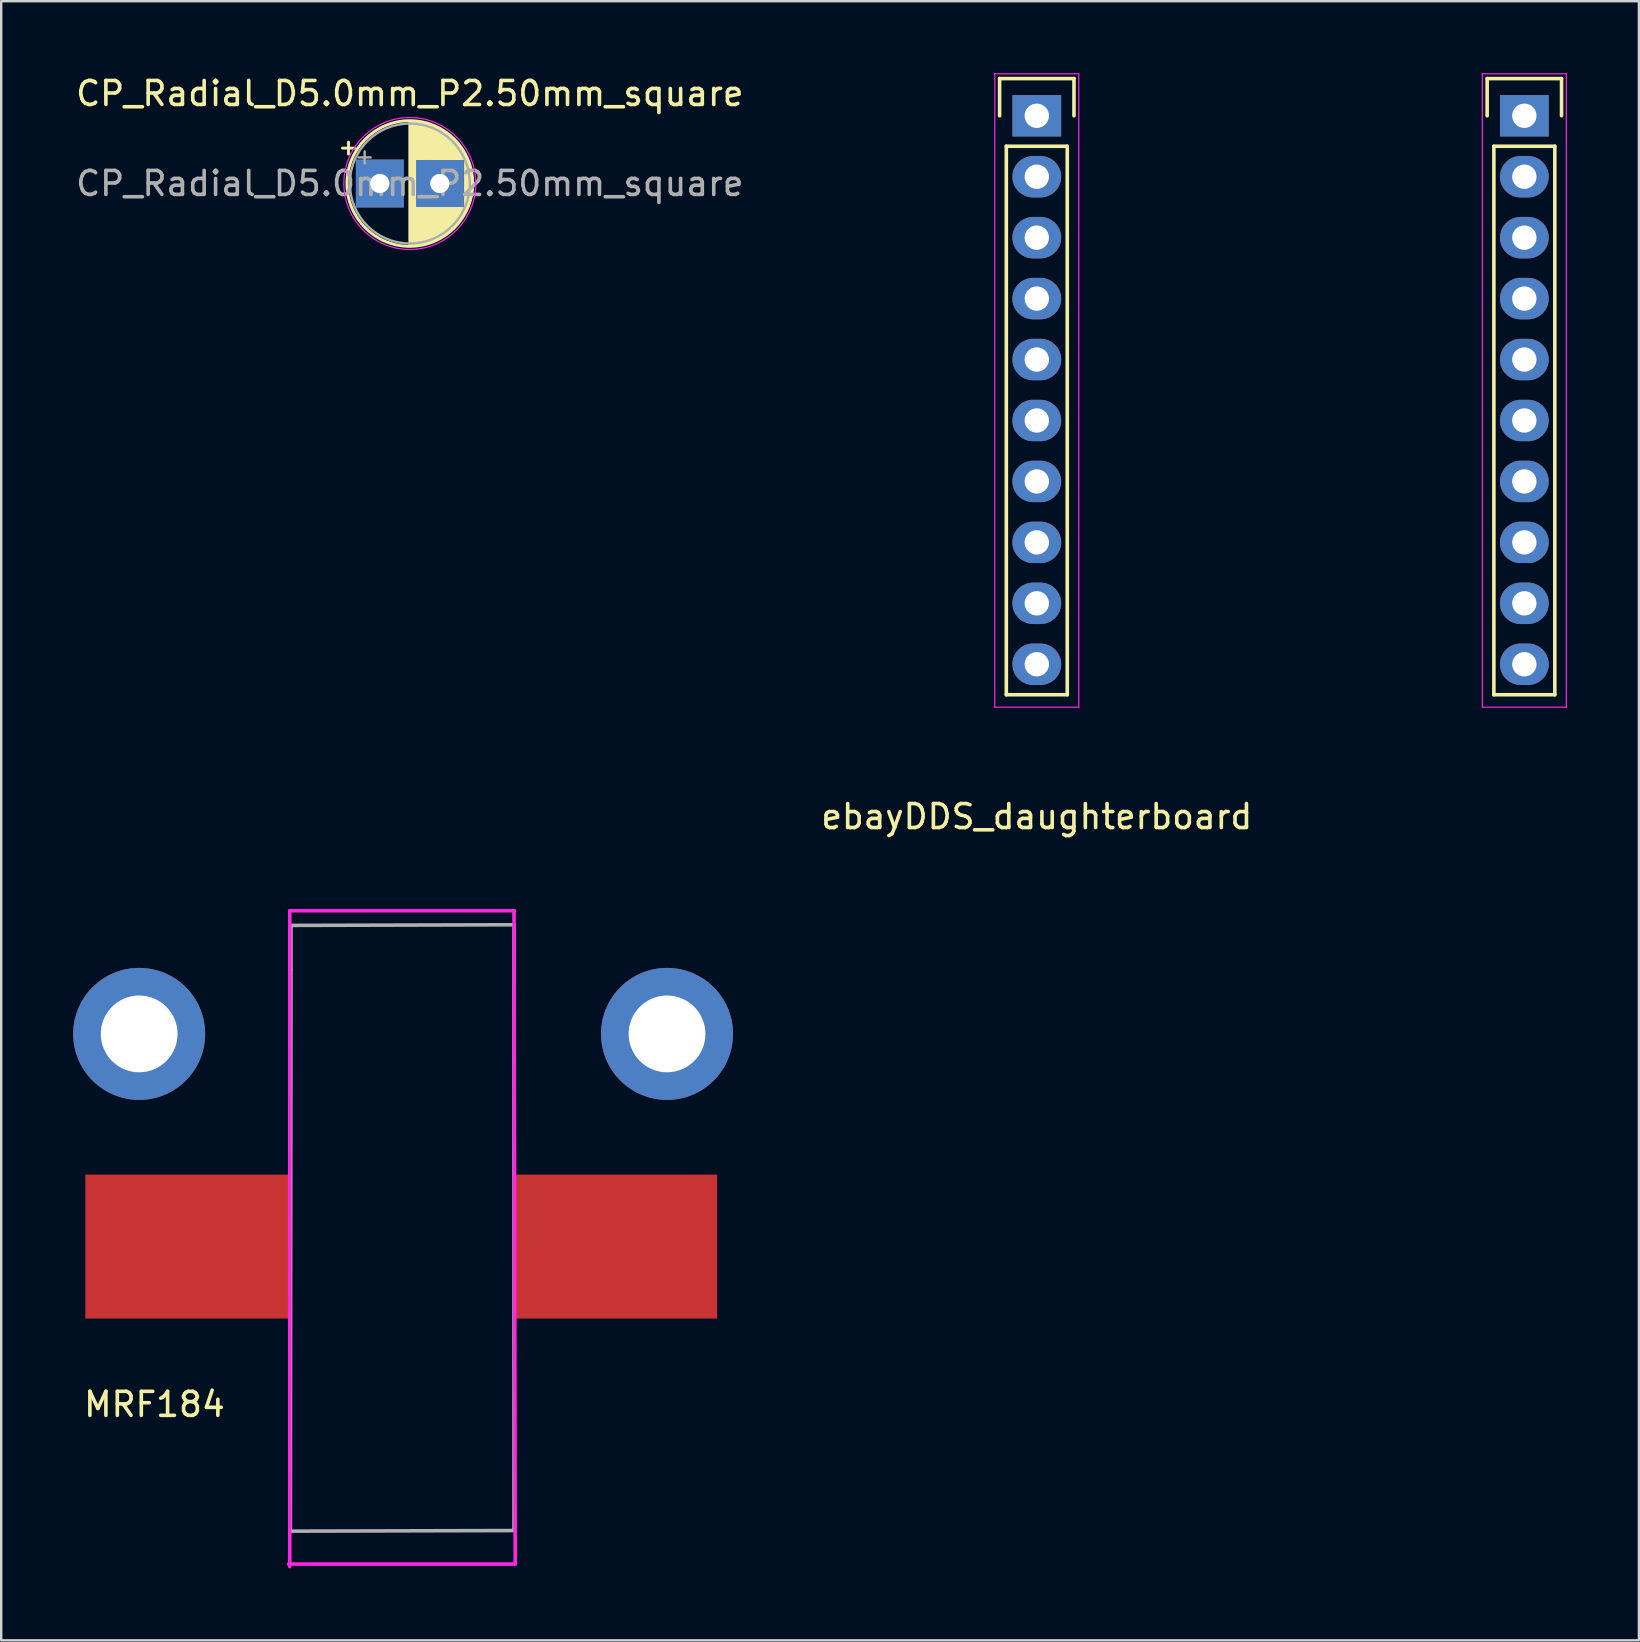
<source format=kicad_pcb>
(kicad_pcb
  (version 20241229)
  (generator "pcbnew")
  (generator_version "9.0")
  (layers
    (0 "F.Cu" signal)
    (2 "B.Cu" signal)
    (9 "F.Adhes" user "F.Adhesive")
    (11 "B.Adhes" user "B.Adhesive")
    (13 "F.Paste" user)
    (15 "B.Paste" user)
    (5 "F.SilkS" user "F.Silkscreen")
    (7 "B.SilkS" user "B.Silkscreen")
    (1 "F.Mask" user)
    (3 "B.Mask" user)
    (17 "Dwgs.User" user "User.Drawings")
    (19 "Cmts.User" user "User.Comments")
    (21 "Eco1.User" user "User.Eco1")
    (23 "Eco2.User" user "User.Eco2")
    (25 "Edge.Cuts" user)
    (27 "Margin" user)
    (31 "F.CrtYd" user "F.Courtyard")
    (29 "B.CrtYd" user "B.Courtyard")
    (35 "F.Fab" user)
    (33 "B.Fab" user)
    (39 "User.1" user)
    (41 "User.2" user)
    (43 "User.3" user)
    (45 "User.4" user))
  (footprint "ebayDDS_daughterboard"
    (layer "F.Cu")
    (at 40.161 1.775)
    (property "Reference" "ebayDDS_daughterboard" (at 0 29.21 0) (layer "F.SilkS") (effects (font (size 1 1) (thickness 0.15))))
    (attr through_hole)
    (fp_line (start -1.55 -1.55) (end -1.55 0) (stroke (width 0.15) (type solid)) (layer "F.SilkS"))
    (fp_line (start -1.27 1.27) (end -1.27 24.13) (stroke (width 0.15) (type solid)) (layer "F.SilkS"))
    (fp_line (start -1.27 1.27) (end 1.27 1.27) (stroke (width 0.15) (type solid)) (layer "F.SilkS"))
    (fp_line (start -1.27 24.13) (end 1.27 24.13) (stroke (width 0.15) (type solid)) (layer "F.SilkS"))
    (fp_line (start 1.27 24.13) (end 1.27 1.27) (stroke (width 0.15) (type solid)) (layer "F.SilkS"))
    (fp_line (start 1.55 -1.55) (end -1.55 -1.55) (stroke (width 0.15) (type solid)) (layer "F.SilkS"))
    (fp_line (start 1.55 0) (end 1.55 -1.55) (stroke (width 0.15) (type solid)) (layer "F.SilkS"))
    (fp_line (start 18.77 -1.55) (end 18.77 0) (stroke (width 0.15) (type solid)) (layer "F.SilkS"))
    (fp_line (start 19.05 1.27) (end 19.05 24.13) (stroke (width 0.15) (type solid)) (layer "F.SilkS"))
    (fp_line (start 19.05 1.27) (end 21.59 1.27) (stroke (width 0.15) (type solid)) (layer "F.SilkS"))
    (fp_line (start 19.05 24.13) (end 21.59 24.13) (stroke (width 0.15) (type solid)) (layer "F.SilkS"))
    (fp_line (start 21.59 24.13) (end 21.59 1.27) (stroke (width 0.15) (type solid)) (layer "F.SilkS"))
    (fp_line (start 21.87 -1.55) (end 18.77 -1.55) (stroke (width 0.15) (type solid)) (layer "F.SilkS"))
    (fp_line (start 21.87 0) (end 21.87 -1.55) (stroke (width 0.15) (type solid)) (layer "F.SilkS"))
    (fp_line (start -1.75 -1.75) (end -1.75 24.65) (stroke (width 0.05) (type solid)) (layer "F.CrtYd"))
    (fp_line (start 1.75 -1.75) (end -1.75 -1.75) (stroke (width 0.05) (type solid)) (layer "F.CrtYd"))
    (fp_line (start 1.75 -1.75) (end 1.75 24.65) (stroke (width 0.05) (type solid)) (layer "F.CrtYd"))
    (fp_line (start 1.75 24.65) (end -1.75 24.65) (stroke (width 0.05) (type solid)) (layer "F.CrtYd"))
    (fp_line (start 18.57 -1.75) (end 18.57 24.65) (stroke (width 0.05) (type solid)) (layer "F.CrtYd"))
    (fp_line (start 22.07 -1.75) (end 18.57 -1.75) (stroke (width 0.05) (type solid)) (layer "F.CrtYd"))
    (fp_line (start 22.07 -1.75) (end 22.07 24.65) (stroke (width 0.05) (type solid)) (layer "F.CrtYd"))
    (fp_line (start 22.07 24.65) (end 18.57 24.65) (stroke (width 0.05) (type solid)) (layer "F.CrtYd"))
    (pad "1" thru_hole rect (at 0 0 270) (size 1.727 2.032) (drill 1.016) (layers "*.Cu" "*.Mask"))
    (pad "2" thru_hole oval (at 0 2.54 270) (size 1.727 2.032) (drill 1.016) (layers "*.Cu" "*.Mask"))
    (pad "3" thru_hole oval (at 0 5.08 270) (size 1.727 2.032) (drill 1.016) (layers "*.Cu" "*.Mask"))
    (pad "4" thru_hole oval (at 0 7.62 270) (size 1.727 2.032) (drill 1.016) (layers "*.Cu" "*.Mask"))
    (pad "5" thru_hole oval (at 0 10.16 270) (size 1.727 2.032) (drill 1.016) (layers "*.Cu" "*.Mask"))
    (pad "6" thru_hole oval (at 0 12.7 270) (size 1.727 2.032) (drill 1.016) (layers "*.Cu" "*.Mask"))
    (pad "7" thru_hole oval (at 0 15.24 270) (size 1.727 2.032) (drill 1.016) (layers "*.Cu" "*.Mask"))
    (pad "8" thru_hole oval (at 0 17.78 270) (size 1.727 2.032) (drill 1.016) (layers "*.Cu" "*.Mask"))
    (pad "9" thru_hole oval (at 0 20.32 270) (size 1.727 2.032) (drill 1.016) (layers "*.Cu" "*.Mask"))
    (pad "10" thru_hole oval (at 0 22.86 270) (size 1.727 2.032) (drill 1.016) (layers "*.Cu" "*.Mask"))
    (pad "11" thru_hole oval (at 20.32 22.86 270) (size 1.727 2.032) (drill 1.016) (layers "*.Cu" "*.Mask"))
    (pad "12" thru_hole oval (at 20.32 20.32 270) (size 1.727 2.032) (drill 1.016) (layers "*.Cu" "*.Mask"))
    (pad "13" thru_hole oval (at 20.32 17.78 270) (size 1.727 2.032) (drill 1.016) (layers "*.Cu" "*.Mask"))
    (pad "14" thru_hole oval (at 20.32 15.24 270) (size 1.727 2.032) (drill 1.016) (layers "*.Cu" "*.Mask"))
    (pad "15" thru_hole oval (at 20.32 12.7 270) (size 1.727 2.032) (drill 1.016) (layers "*.Cu" "*.Mask"))
    (pad "16" thru_hole oval (at 20.32 10.16 270) (size 1.727 2.032) (drill 1.016) (layers "*.Cu" "*.Mask"))
    (pad "17" thru_hole oval (at 20.32 7.62 270) (size 1.727 2.032) (drill 1.016) (layers "*.Cu" "*.Mask"))
    (pad "18" thru_hole oval (at 20.32 5.08 270) (size 1.727 2.032) (drill 1.016) (layers "*.Cu" "*.Mask"))
    (pad "19" thru_hole oval (at 20.32 2.54 270) (size 1.727 2.032) (drill 1.016) (layers "*.Cu" "*.Mask"))
    (pad "20" thru_hole rect (at 20.32 0 270) (size 1.727 2.032) (drill 1.016) (layers "*.Cu" "*.Mask")))
  (footprint "MRF184"
    (layer "F.Cu")
    (at 13.75 56.041)
    (property "Reference" "MRF184" (at -10.363 -0.559 0) (layer "F.SilkS") (effects (font (size 1 1) (thickness 0.15))))
    (attr through_hole)
    (fp_line (start -4.775 6.096) (end 4.674 6.096) (stroke (width 0.15) (type solid)) (layer "F.CrtYd"))
    (fp_line (start -4.724 -21.133) (end -4.724 6.198) (stroke (width 0.15) (type solid)) (layer "F.CrtYd"))
    (fp_line (start 4.623 -21.133) (end -4.724 -21.133) (stroke (width 0.15) (type solid)) (layer "F.CrtYd"))
    (fp_line (start 4.674 6.096) (end 4.623 -21.133) (stroke (width 0.15) (type solid)) (layer "F.CrtYd"))
    (fp_line (start -4.724 4.724) (end 4.597 4.699) (stroke (width 0.15) (type solid)) (layer "F.Fab"))
    (fp_line (start -4.674 -20.523) (end 4.623 -20.549) (stroke (width 0.15) (type solid)) (layer "F.Fab"))
    (fp_line (start -4.674 -18.694) (end -4.674 -20.498) (stroke (width 0.15) (type solid)) (layer "F.Fab"))
    (fp_line (start -4.674 -18.669) (end -4.699 4.75) (stroke (width 0.15) (type solid)) (layer "F.Fab"))
    (fp_line (start 4.623 4.674) (end 4.623 -20.574) (stroke (width 0.15) (type solid)) (layer "F.Fab"))
    (pad "1" smd rect (at 8.839 -7.137) (size 8.5 6) (layers "F.Cu" "F.Mask" "F.Paste"))
    (pad "2" smd rect (at -8.992 -7.137) (size 8.5 6) (layers "F.Cu" "F.Mask" "F.Paste"))
    (pad "3" thru_hole circle (at -11 -16) (size 5.5 5.5) (drill 3.2) (layers "*.Cu" "*.Mask"))
    (pad "3" thru_hole circle (at 11 -16) (size 5.5 5.5) (drill 3.2) (layers "*.Cu" "*.Mask")))
  (footprint "CP_Radial_D5.0mm_P2.50mm_square"
    (layer "F.Cu")
    (at 12.78 4.598)
    (property "Reference" "CP_Radial_D5.0mm_P2.50mm_square" (at 1.25 -3.75 0) (layer "F.SilkS") (effects (font (size 1 1) (thickness 0.15))))
    (attr through_hole)
    (fp_line (start -1.555 -1.475) (end -1.055 -1.475) (stroke (width 0.12) (type solid)) (layer "F.SilkS"))
    (fp_line (start -1.305 -1.725) (end -1.305 -1.225) (stroke (width 0.12) (type solid)) (layer "F.SilkS"))
    (fp_line (start 1.25 -2.58) (end 1.25 2.58) (stroke (width 0.12) (type solid)) (layer "F.SilkS"))
    (fp_line (start 1.29 -2.58) (end 1.29 2.58) (stroke (width 0.12) (type solid)) (layer "F.SilkS"))
    (fp_line (start 1.33 -2.579) (end 1.33 2.579) (stroke (width 0.12) (type solid)) (layer "F.SilkS"))
    (fp_line (start 1.37 -2.578) (end 1.37 2.578) (stroke (width 0.12) (type solid)) (layer "F.SilkS"))
    (fp_line (start 1.41 -2.576) (end 1.41 2.576) (stroke (width 0.12) (type solid)) (layer "F.SilkS"))
    (fp_line (start 1.45 -2.573) (end 1.45 2.573) (stroke (width 0.12) (type solid)) (layer "F.SilkS"))
    (fp_line (start 1.49 -2.569) (end 1.49 -1.04) (stroke (width 0.12) (type solid)) (layer "F.SilkS"))
    (fp_line (start 1.49 1.04) (end 1.49 2.569) (stroke (width 0.12) (type solid)) (layer "F.SilkS"))
    (fp_line (start 1.53 -2.565) (end 1.53 -1.04) (stroke (width 0.12) (type solid)) (layer "F.SilkS"))
    (fp_line (start 1.53 1.04) (end 1.53 2.565) (stroke (width 0.12) (type solid)) (layer "F.SilkS"))
    (fp_line (start 1.57 -2.561) (end 1.57 -1.04) (stroke (width 0.12) (type solid)) (layer "F.SilkS"))
    (fp_line (start 1.57 1.04) (end 1.57 2.561) (stroke (width 0.12) (type solid)) (layer "F.SilkS"))
    (fp_line (start 1.61 -2.556) (end 1.61 -1.04) (stroke (width 0.12) (type solid)) (layer "F.SilkS"))
    (fp_line (start 1.61 1.04) (end 1.61 2.556) (stroke (width 0.12) (type solid)) (layer "F.SilkS"))
    (fp_line (start 1.65 -2.55) (end 1.65 -1.04) (stroke (width 0.12) (type solid)) (layer "F.SilkS"))
    (fp_line (start 1.65 1.04) (end 1.65 2.55) (stroke (width 0.12) (type solid)) (layer "F.SilkS"))
    (fp_line (start 1.69 -2.543) (end 1.69 -1.04) (stroke (width 0.12) (type solid)) (layer "F.SilkS"))
    (fp_line (start 1.69 1.04) (end 1.69 2.543) (stroke (width 0.12) (type solid)) (layer "F.SilkS"))
    (fp_line (start 1.73 -2.536) (end 1.73 -1.04) (stroke (width 0.12) (type solid)) (layer "F.SilkS"))
    (fp_line (start 1.73 1.04) (end 1.73 2.536) (stroke (width 0.12) (type solid)) (layer "F.SilkS"))
    (fp_line (start 1.77 -2.528) (end 1.77 -1.04) (stroke (width 0.12) (type solid)) (layer "F.SilkS"))
    (fp_line (start 1.77 1.04) (end 1.77 2.528) (stroke (width 0.12) (type solid)) (layer "F.SilkS"))
    (fp_line (start 1.81 -2.52) (end 1.81 -1.04) (stroke (width 0.12) (type solid)) (layer "F.SilkS"))
    (fp_line (start 1.81 1.04) (end 1.81 2.52) (stroke (width 0.12) (type solid)) (layer "F.SilkS"))
    (fp_line (start 1.85 -2.511) (end 1.85 -1.04) (stroke (width 0.12) (type solid)) (layer "F.SilkS"))
    (fp_line (start 1.85 1.04) (end 1.85 2.511) (stroke (width 0.12) (type solid)) (layer "F.SilkS"))
    (fp_line (start 1.89 -2.501) (end 1.89 -1.04) (stroke (width 0.12) (type solid)) (layer "F.SilkS"))
    (fp_line (start 1.89 1.04) (end 1.89 2.501) (stroke (width 0.12) (type solid)) (layer "F.SilkS"))
    (fp_line (start 1.93 -2.491) (end 1.93 -1.04) (stroke (width 0.12) (type solid)) (layer "F.SilkS"))
    (fp_line (start 1.93 1.04) (end 1.93 2.491) (stroke (width 0.12) (type solid)) (layer "F.SilkS"))
    (fp_line (start 1.971 -2.48) (end 1.971 -1.04) (stroke (width 0.12) (type solid)) (layer "F.SilkS"))
    (fp_line (start 1.971 1.04) (end 1.971 2.48) (stroke (width 0.12) (type solid)) (layer "F.SilkS"))
    (fp_line (start 2.011 -2.468) (end 2.011 -1.04) (stroke (width 0.12) (type solid)) (layer "F.SilkS"))
    (fp_line (start 2.011 1.04) (end 2.011 2.468) (stroke (width 0.12) (type solid)) (layer "F.SilkS"))
    (fp_line (start 2.051 -2.455) (end 2.051 -1.04) (stroke (width 0.12) (type solid)) (layer "F.SilkS"))
    (fp_line (start 2.051 1.04) (end 2.051 2.455) (stroke (width 0.12) (type solid)) (layer "F.SilkS"))
    (fp_line (start 2.091 -2.442) (end 2.091 -1.04) (stroke (width 0.12) (type solid)) (layer "F.SilkS"))
    (fp_line (start 2.091 1.04) (end 2.091 2.442) (stroke (width 0.12) (type solid)) (layer "F.SilkS"))
    (fp_line (start 2.131 -2.428) (end 2.131 -1.04) (stroke (width 0.12) (type solid)) (layer "F.SilkS"))
    (fp_line (start 2.131 1.04) (end 2.131 2.428) (stroke (width 0.12) (type solid)) (layer "F.SilkS"))
    (fp_line (start 2.171 -2.414) (end 2.171 -1.04) (stroke (width 0.12) (type solid)) (layer "F.SilkS"))
    (fp_line (start 2.171 1.04) (end 2.171 2.414) (stroke (width 0.12) (type solid)) (layer "F.SilkS"))
    (fp_line (start 2.211 -2.398) (end 2.211 -1.04) (stroke (width 0.12) (type solid)) (layer "F.SilkS"))
    (fp_line (start 2.211 1.04) (end 2.211 2.398) (stroke (width 0.12) (type solid)) (layer "F.SilkS"))
    (fp_line (start 2.251 -2.382) (end 2.251 -1.04) (stroke (width 0.12) (type solid)) (layer "F.SilkS"))
    (fp_line (start 2.251 1.04) (end 2.251 2.382) (stroke (width 0.12) (type solid)) (layer "F.SilkS"))
    (fp_line (start 2.291 -2.365) (end 2.291 -1.04) (stroke (width 0.12) (type solid)) (layer "F.SilkS"))
    (fp_line (start 2.291 1.04) (end 2.291 2.365) (stroke (width 0.12) (type solid)) (layer "F.SilkS"))
    (fp_line (start 2.331 -2.348) (end 2.331 -1.04) (stroke (width 0.12) (type solid)) (layer "F.SilkS"))
    (fp_line (start 2.331 1.04) (end 2.331 2.348) (stroke (width 0.12) (type solid)) (layer "F.SilkS"))
    (fp_line (start 2.371 -2.329) (end 2.371 -1.04) (stroke (width 0.12) (type solid)) (layer "F.SilkS"))
    (fp_line (start 2.371 1.04) (end 2.371 2.329) (stroke (width 0.12) (type solid)) (layer "F.SilkS"))
    (fp_line (start 2.411 -2.31) (end 2.411 -1.04) (stroke (width 0.12) (type solid)) (layer "F.SilkS"))
    (fp_line (start 2.411 1.04) (end 2.411 2.31) (stroke (width 0.12) (type solid)) (layer "F.SilkS"))
    (fp_line (start 2.451 -2.29) (end 2.451 -1.04) (stroke (width 0.12) (type solid)) (layer "F.SilkS"))
    (fp_line (start 2.451 1.04) (end 2.451 2.29) (stroke (width 0.12) (type solid)) (layer "F.SilkS"))
    (fp_line (start 2.491 -2.268) (end 2.491 -1.04) (stroke (width 0.12) (type solid)) (layer "F.SilkS"))
    (fp_line (start 2.491 1.04) (end 2.491 2.268) (stroke (width 0.12) (type solid)) (layer "F.SilkS"))
    (fp_line (start 2.531 -2.247) (end 2.531 -1.04) (stroke (width 0.12) (type solid)) (layer "F.SilkS"))
    (fp_line (start 2.531 1.04) (end 2.531 2.247) (stroke (width 0.12) (type solid)) (layer "F.SilkS"))
    (fp_line (start 2.571 -2.224) (end 2.571 -1.04) (stroke (width 0.12) (type solid)) (layer "F.SilkS"))
    (fp_line (start 2.571 1.04) (end 2.571 2.224) (stroke (width 0.12) (type solid)) (layer "F.SilkS"))
    (fp_line (start 2.611 -2.2) (end 2.611 -1.04) (stroke (width 0.12) (type solid)) (layer "F.SilkS"))
    (fp_line (start 2.611 1.04) (end 2.611 2.2) (stroke (width 0.12) (type solid)) (layer "F.SilkS"))
    (fp_line (start 2.651 -2.175) (end 2.651 -1.04) (stroke (width 0.12) (type solid)) (layer "F.SilkS"))
    (fp_line (start 2.651 1.04) (end 2.651 2.175) (stroke (width 0.12) (type solid)) (layer "F.SilkS"))
    (fp_line (start 2.691 -2.149) (end 2.691 -1.04) (stroke (width 0.12) (type solid)) (layer "F.SilkS"))
    (fp_line (start 2.691 1.04) (end 2.691 2.149) (stroke (width 0.12) (type solid)) (layer "F.SilkS"))
    (fp_line (start 2.731 -2.122) (end 2.731 -1.04) (stroke (width 0.12) (type solid)) (layer "F.SilkS"))
    (fp_line (start 2.731 1.04) (end 2.731 2.122) (stroke (width 0.12) (type solid)) (layer "F.SilkS"))
    (fp_line (start 2.771 -2.095) (end 2.771 -1.04) (stroke (width 0.12) (type solid)) (layer "F.SilkS"))
    (fp_line (start 2.771 1.04) (end 2.771 2.095) (stroke (width 0.12) (type solid)) (layer "F.SilkS"))
    (fp_line (start 2.811 -2.065) (end 2.811 -1.04) (stroke (width 0.12) (type solid)) (layer "F.SilkS"))
    (fp_line (start 2.811 1.04) (end 2.811 2.065) (stroke (width 0.12) (type solid)) (layer "F.SilkS"))
    (fp_line (start 2.851 -2.035) (end 2.851 -1.04) (stroke (width 0.12) (type solid)) (layer "F.SilkS"))
    (fp_line (start 2.851 1.04) (end 2.851 2.035) (stroke (width 0.12) (type solid)) (layer "F.SilkS"))
    (fp_line (start 2.891 -2.004) (end 2.891 -1.04) (stroke (width 0.12) (type solid)) (layer "F.SilkS"))
    (fp_line (start 2.891 1.04) (end 2.891 2.004) (stroke (width 0.12) (type solid)) (layer "F.SilkS"))
    (fp_line (start 2.931 -1.971) (end 2.931 -1.04) (stroke (width 0.12) (type solid)) (layer "F.SilkS"))
    (fp_line (start 2.931 1.04) (end 2.931 1.971) (stroke (width 0.12) (type solid)) (layer "F.SilkS"))
    (fp_line (start 2.971 -1.937) (end 2.971 -1.04) (stroke (width 0.12) (type solid)) (layer "F.SilkS"))
    (fp_line (start 2.971 1.04) (end 2.971 1.937) (stroke (width 0.12) (type solid)) (layer "F.SilkS"))
    (fp_line (start 3.011 -1.901) (end 3.011 -1.04) (stroke (width 0.12) (type solid)) (layer "F.SilkS"))
    (fp_line (start 3.011 1.04) (end 3.011 1.901) (stroke (width 0.12) (type solid)) (layer "F.SilkS"))
    (fp_line (start 3.051 -1.864) (end 3.051 -1.04) (stroke (width 0.12) (type solid)) (layer "F.SilkS"))
    (fp_line (start 3.051 1.04) (end 3.051 1.864) (stroke (width 0.12) (type solid)) (layer "F.SilkS"))
    (fp_line (start 3.091 -1.826) (end 3.091 -1.04) (stroke (width 0.12) (type solid)) (layer "F.SilkS"))
    (fp_line (start 3.091 1.04) (end 3.091 1.826) (stroke (width 0.12) (type solid)) (layer "F.SilkS"))
    (fp_line (start 3.131 -1.785) (end 3.131 -1.04) (stroke (width 0.12) (type solid)) (layer "F.SilkS"))
    (fp_line (start 3.131 1.04) (end 3.131 1.785) (stroke (width 0.12) (type solid)) (layer "F.SilkS"))
    (fp_line (start 3.171 -1.743) (end 3.171 -1.04) (stroke (width 0.12) (type solid)) (layer "F.SilkS"))
    (fp_line (start 3.171 1.04) (end 3.171 1.743) (stroke (width 0.12) (type solid)) (layer "F.SilkS"))
    (fp_line (start 3.211 -1.699) (end 3.211 -1.04) (stroke (width 0.12) (type solid)) (layer "F.SilkS"))
    (fp_line (start 3.211 1.04) (end 3.211 1.699) (stroke (width 0.12) (type solid)) (layer "F.SilkS"))
    (fp_line (start 3.251 -1.653) (end 3.251 -1.04) (stroke (width 0.12) (type solid)) (layer "F.SilkS"))
    (fp_line (start 3.251 1.04) (end 3.251 1.653) (stroke (width 0.12) (type solid)) (layer "F.SilkS"))
    (fp_line (start 3.291 -1.605) (end 3.291 -1.04) (stroke (width 0.12) (type solid)) (layer "F.SilkS"))
    (fp_line (start 3.291 1.04) (end 3.291 1.605) (stroke (width 0.12) (type solid)) (layer "F.SilkS"))
    (fp_line (start 3.331 -1.554) (end 3.331 -1.04) (stroke (width 0.12) (type solid)) (layer "F.SilkS"))
    (fp_line (start 3.331 1.04) (end 3.331 1.554) (stroke (width 0.12) (type solid)) (layer "F.SilkS"))
    (fp_line (start 3.371 -1.5) (end 3.371 -1.04) (stroke (width 0.12) (type solid)) (layer "F.SilkS"))
    (fp_line (start 3.371 1.04) (end 3.371 1.5) (stroke (width 0.12) (type solid)) (layer "F.SilkS"))
    (fp_line (start 3.411 -1.443) (end 3.411 -1.04) (stroke (width 0.12) (type solid)) (layer "F.SilkS"))
    (fp_line (start 3.411 1.04) (end 3.411 1.443) (stroke (width 0.12) (type solid)) (layer "F.SilkS"))
    (fp_line (start 3.451 -1.383) (end 3.451 -1.04) (stroke (width 0.12) (type solid)) (layer "F.SilkS"))
    (fp_line (start 3.451 1.04) (end 3.451 1.383) (stroke (width 0.12) (type solid)) (layer "F.SilkS"))
    (fp_line (start 3.491 -1.319) (end 3.491 -1.04) (stroke (width 0.12) (type solid)) (layer "F.SilkS"))
    (fp_line (start 3.491 1.04) (end 3.491 1.319) (stroke (width 0.12) (type solid)) (layer "F.SilkS"))
    (fp_line (start 3.531 -1.251) (end 3.531 -1.04) (stroke (width 0.12) (type solid)) (layer "F.SilkS"))
    (fp_line (start 3.531 1.04) (end 3.531 1.251) (stroke (width 0.12) (type solid)) (layer "F.SilkS"))
    (fp_line (start 3.571 -1.178) (end 3.571 1.178) (stroke (width 0.12) (type solid)) (layer "F.SilkS"))
    (fp_line (start 3.611 -1.098) (end 3.611 1.098) (stroke (width 0.12) (type solid)) (layer "F.SilkS"))
    (fp_line (start 3.651 -1.011) (end 3.651 1.011) (stroke (width 0.12) (type solid)) (layer "F.SilkS"))
    (fp_line (start 3.691 -0.915) (end 3.691 0.915) (stroke (width 0.12) (type solid)) (layer "F.SilkS"))
    (fp_line (start 3.731 -0.805) (end 3.731 0.805) (stroke (width 0.12) (type solid)) (layer "F.SilkS"))
    (fp_line (start 3.771 -0.677) (end 3.771 0.677) (stroke (width 0.12) (type solid)) (layer "F.SilkS"))
    (fp_line (start 3.811 -0.518) (end 3.811 0.518) (stroke (width 0.12) (type solid)) (layer "F.SilkS"))
    (fp_line (start 3.851 -0.284) (end 3.851 0.284) (stroke (width 0.12) (type solid)) (layer "F.SilkS"))
    (fp_circle (center 1.25 0) (end 3.87 0) (stroke (width 0.12) (type solid)) (fill no) (layer "F.SilkS"))
    (fp_circle (center 1.25 0) (end 4 0) (stroke (width 0.05) (type solid)) (fill no) (layer "F.CrtYd"))
    (fp_line (start -0.884 -1.087) (end -0.384 -1.087) (stroke (width 0.1) (type solid)) (layer "F.Fab"))
    (fp_line (start -0.634 -1.337) (end -0.634 -0.838) (stroke (width 0.1) (type solid)) (layer "F.Fab"))
    (fp_circle (center 1.25 0) (end 3.75 0) (stroke (width 0.1) (type solid)) (fill no) (layer "F.Fab"))
    (fp_text user "${REFERENCE}" (at 1.25 0 0) (layer "F.Fab") (effects (font (size 1 1) (thickness 0.15))))
    (pad "1" thru_hole rect (at 0 0) (size 2 2) (drill 0.8) (layers "*.Cu" "*.Mask"))
    (pad "2" thru_hole rect (at 2.5 0) (size 2 2) (drill 0.8) (layers "*.Cu" "*.Mask")))
  (gr_rect
    (start -3 -3)
    (end 65.256 65.314)
    (stroke (width 0.1) (type default))
    (fill no)
    (layer "Edge.Cuts")))
</source>
